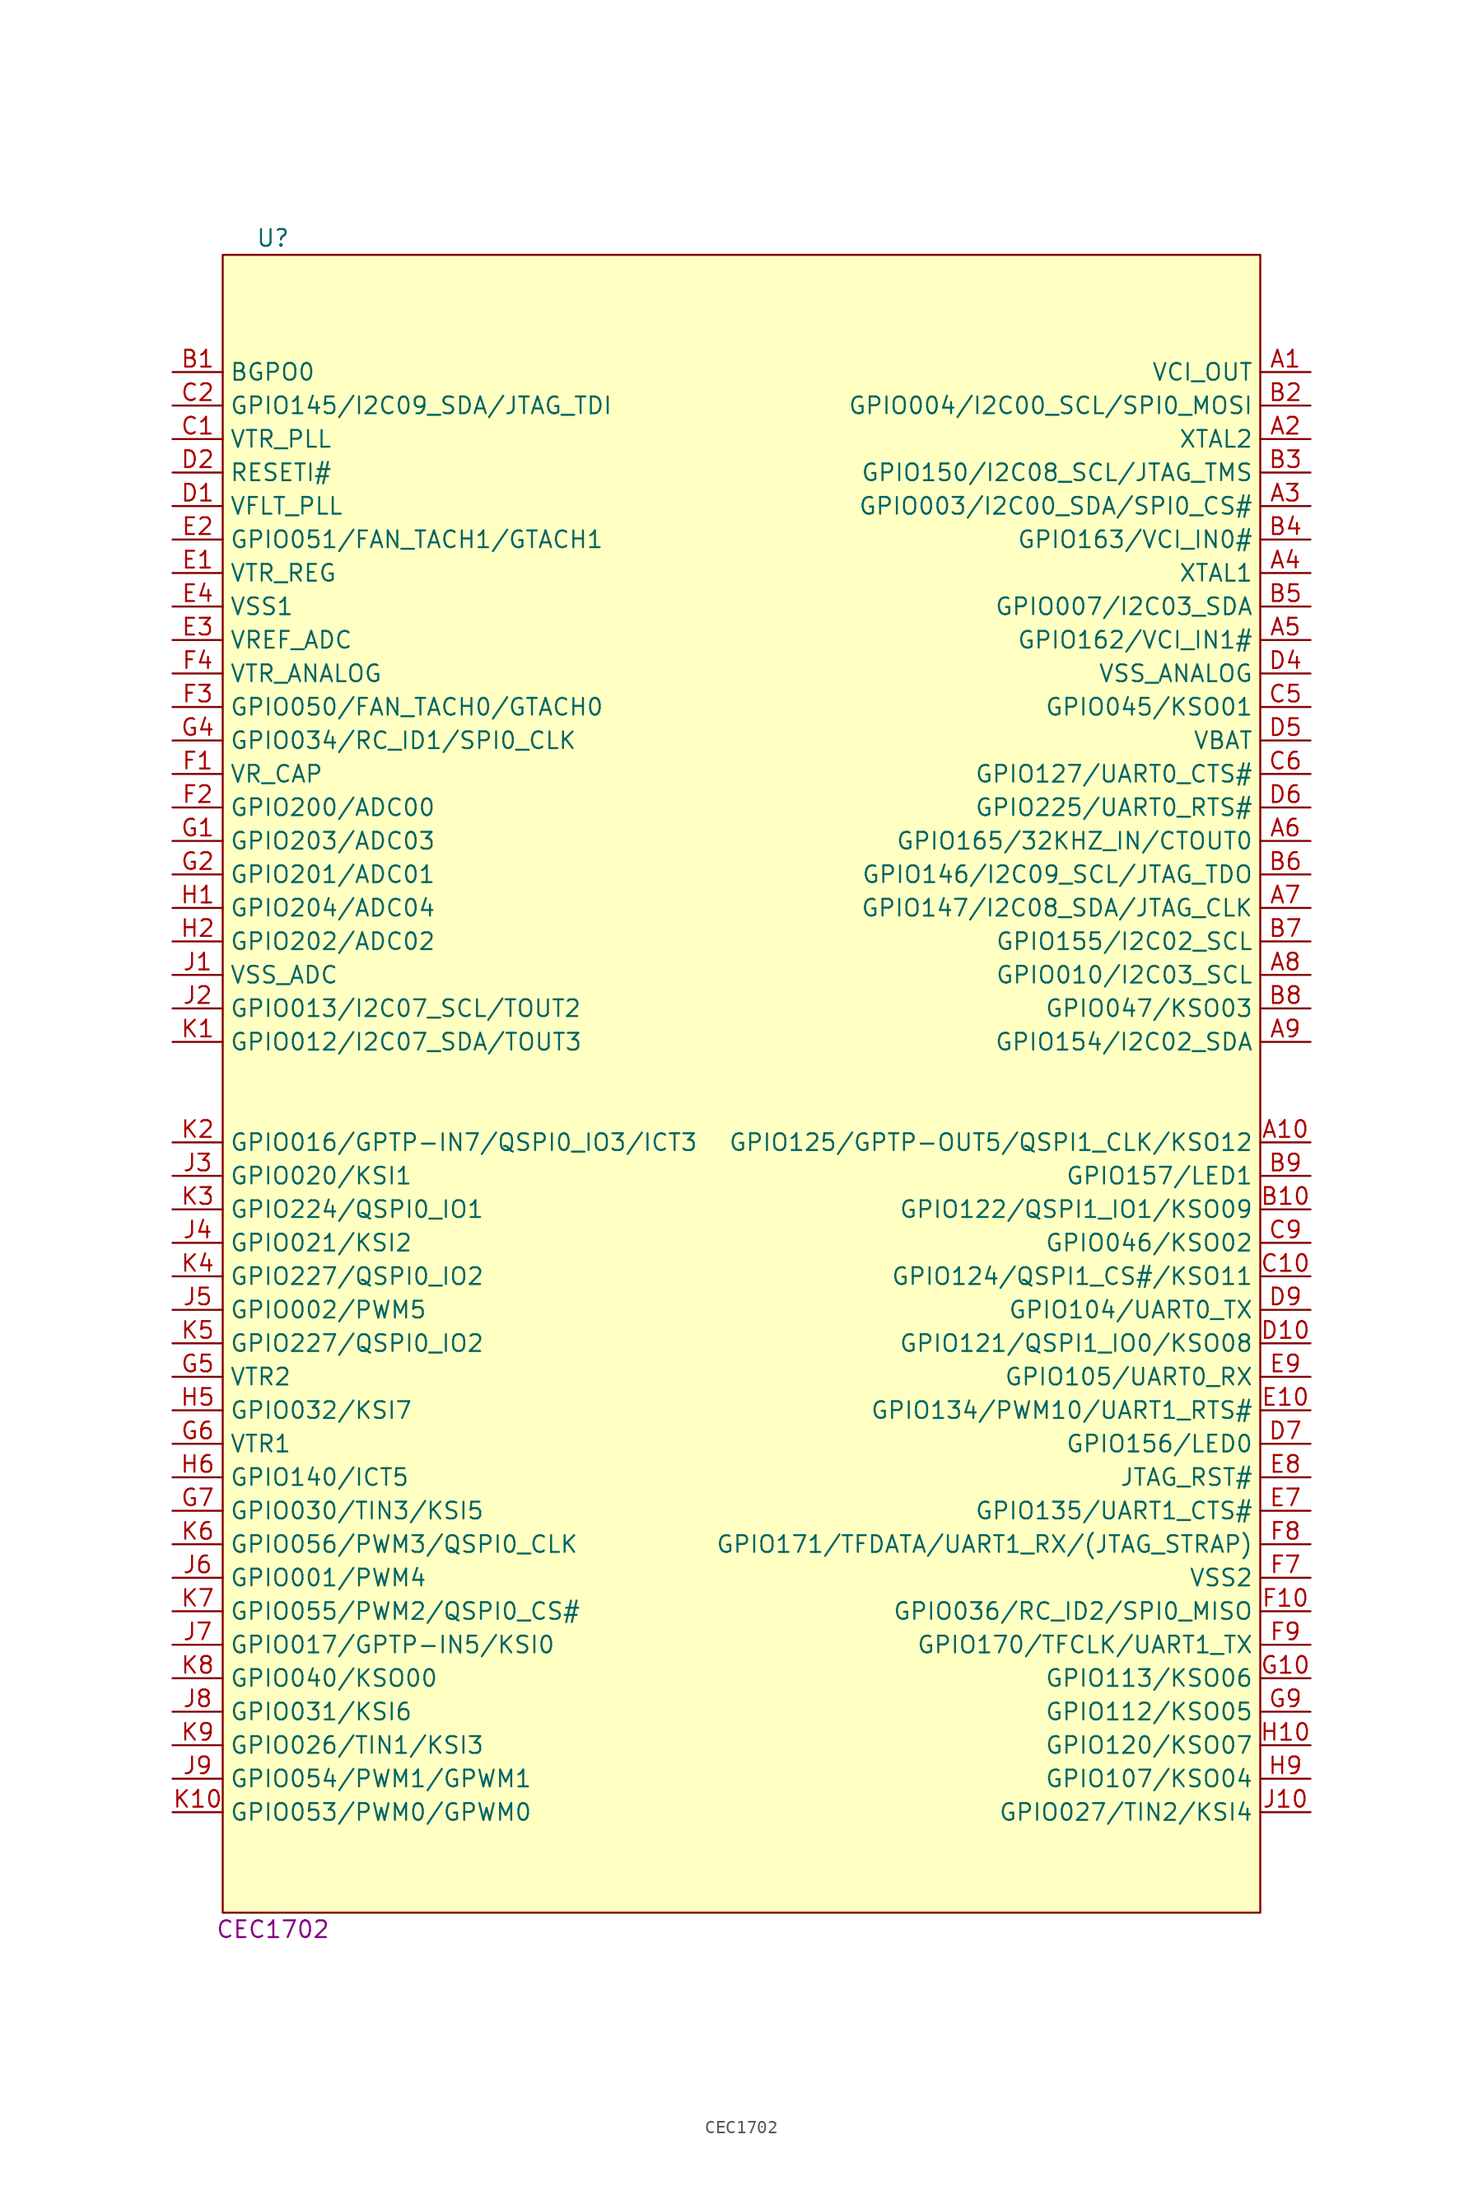
<source format=kicad_sym>
(kicad_symbol_lib
  (version 20231120)
  (generator "kicad_symbol_editor")
  (generator_version "8.0")
  (symbol "CEC1702"
    (property "Reference" "U"
      (at -35.56 10.16 0)
      (effects (font (size 1.27 1.27))))
    (property "Display Value" "CEC1702"
      (at -35.56 -118.11 0)
      (effects (font (size 1.27 1.27))))
    (symbol "CEC1702_1_1"
      (rectangle (start -39.37 8.89) (end 39.37 -116.84) (stroke (width 0) (type default)) (fill (type background)))
      (pin unspecified line (at 43.18 0 180) (length 3.81) (name "VCI_OUT" (effects (font (size 1.27 1.27)))) (number "A1" (effects (font (size 1.27 1.27)))))
      (pin unspecified line (at 43.18 -58.42 180) (length 3.81) (name "GPIO125/GPTP-OUT5/QSPI1_CLK/KSO12" (effects (font (size 1.27 1.27)))) (number "A10" (effects (font (size 1.27 1.27)))))
      (pin unspecified line (at 43.18 -5.08 180) (length 3.81) (name "XTAL2" (effects (font (size 1.27 1.27)))) (number "A2" (effects (font (size 1.27 1.27)))))
      (pin unspecified line (at 43.18 -10.16 180) (length 3.81) (name "GPIO003/I2C00_SDA/SPI0_CS#" (effects (font (size 1.27 1.27)))) (number "A3" (effects (font (size 1.27 1.27)))))
      (pin unspecified line (at 43.18 -15.24 180) (length 3.81) (name "XTAL1" (effects (font (size 1.27 1.27)))) (number "A4" (effects (font (size 1.27 1.27)))))
      (pin unspecified line (at 43.18 -20.32 180) (length 3.81) (name "GPIO162/VCI_IN1#" (effects (font (size 1.27 1.27)))) (number "A5" (effects (font (size 1.27 1.27)))))
      (pin unspecified line (at 43.18 -35.56 180) (length 3.81) (name "GPIO165/32KHZ_IN/CTOUT0" (effects (font (size 1.27 1.27)))) (number "A6" (effects (font (size 1.27 1.27)))))
      (pin unspecified line (at 43.18 -40.64 180) (length 3.81) (name "GPIO147/I2C08_SDA/JTAG_CLK" (effects (font (size 1.27 1.27)))) (number "A7" (effects (font (size 1.27 1.27)))))
      (pin unspecified line (at 43.18 -45.72 180) (length 3.81) (name "GPIO010/I2C03_SCL" (effects (font (size 1.27 1.27)))) (number "A8" (effects (font (size 1.27 1.27)))))
      (pin unspecified line (at 43.18 -50.8 180) (length 3.81) (name "GPIO154/I2C02_SDA" (effects (font (size 1.27 1.27)))) (number "A9" (effects (font (size 1.27 1.27)))))
      (pin unspecified line (at -43.18 0 0) (length 3.81) (name "BGPO0" (effects (font (size 1.27 1.27)))) (number "B1" (effects (font (size 1.27 1.27)))))
      (pin unspecified line (at 43.18 -63.5 180) (length 3.81) (name "GPIO122/QSPI1_IO1/KSO09" (effects (font (size 1.27 1.27)))) (number "B10" (effects (font (size 1.27 1.27)))))
      (pin unspecified line (at 43.18 -2.54 180) (length 3.81) (name "GPIO004/I2C00_SCL/SPI0_MOSI" (effects (font (size 1.27 1.27)))) (number "B2" (effects (font (size 1.27 1.27)))))
      (pin unspecified line (at 43.18 -7.62 180) (length 3.81) (name "GPIO150/I2C08_SCL/JTAG_TMS" (effects (font (size 1.27 1.27)))) (number "B3" (effects (font (size 1.27 1.27)))))
      (pin unspecified line (at 43.18 -12.7 180) (length 3.81) (name "GPIO163/VCI_IN0#" (effects (font (size 1.27 1.27)))) (number "B4" (effects (font (size 1.27 1.27)))))
      (pin unspecified line (at 43.18 -17.78 180) (length 3.81) (name "GPIO007/I2C03_SDA" (effects (font (size 1.27 1.27)))) (number "B5" (effects (font (size 1.27 1.27)))))
      (pin unspecified line (at 43.18 -38.1 180) (length 3.81) (name "GPIO146/I2C09_SCL/JTAG_TDO" (effects (font (size 1.27 1.27)))) (number "B6" (effects (font (size 1.27 1.27)))))
      (pin unspecified line (at 43.18 -43.18 180) (length 3.81) (name "GPIO155/I2C02_SCL" (effects (font (size 1.27 1.27)))) (number "B7" (effects (font (size 1.27 1.27)))))
      (pin unspecified line (at 43.18 -48.26 180) (length 3.81) (name "GPIO047/KSO03" (effects (font (size 1.27 1.27)))) (number "B8" (effects (font (size 1.27 1.27)))))
      (pin unspecified line (at 43.18 -60.96 180) (length 3.81) (name "GPIO157/LED1" (effects (font (size 1.27 1.27)))) (number "B9" (effects (font (size 1.27 1.27)))))
      (pin unspecified line (at -43.18 -5.08 0) (length 3.81) (name "VTR_PLL" (effects (font (size 1.27 1.27)))) (number "C1" (effects (font (size 1.27 1.27)))))
      (pin unspecified line (at 43.18 -68.58 180) (length 3.81) (name "GPIO124/QSPI1_CS#/KSO11" (effects (font (size 1.27 1.27)))) (number "C10" (effects (font (size 1.27 1.27)))))
      (pin unspecified line (at -43.18 -2.54 0) (length 3.81) (name "GPIO145/I2C09_SDA/JTAG_TDI" (effects (font (size 1.27 1.27)))) (number "C2" (effects (font (size 1.27 1.27)))))
      (pin unspecified line (at 43.18 -25.4 180) (length 3.81) (name "GPIO045/KSO01" (effects (font (size 1.27 1.27)))) (number "C5" (effects (font (size 1.27 1.27)))))
      (pin unspecified line (at 43.18 -30.48 180) (length 3.81) (name "GPIO127/UART0_CTS#" (effects (font (size 1.27 1.27)))) (number "C6" (effects (font (size 1.27 1.27)))))
      (pin unspecified line (at 43.18 -66.04 180) (length 3.81) (name "GPIO046/KSO02" (effects (font (size 1.27 1.27)))) (number "C9" (effects (font (size 1.27 1.27)))))
      (pin unspecified line (at -43.18 -10.16 0) (length 3.81) (name "VFLT_PLL" (effects (font (size 1.27 1.27)))) (number "D1" (effects (font (size 1.27 1.27)))))
      (pin unspecified line (at 43.18 -73.66 180) (length 3.81) (name "GPIO121/QSPI1_IO0/KSO08" (effects (font (size 1.27 1.27)))) (number "D10" (effects (font (size 1.27 1.27)))))
      (pin unspecified line (at -43.18 -7.62 0) (length 3.81) (name "RESETI#" (effects (font (size 1.27 1.27)))) (number "D2" (effects (font (size 1.27 1.27)))))
      (pin unspecified line (at 43.18 -22.86 180) (length 3.81) (name "VSS_ANALOG" (effects (font (size 1.27 1.27)))) (number "D4" (effects (font (size 1.27 1.27)))))
      (pin unspecified line (at 43.18 -27.94 180) (length 3.81) (name "VBAT" (effects (font (size 1.27 1.27)))) (number "D5" (effects (font (size 1.27 1.27)))))
      (pin unspecified line (at 43.18 -33.02 180) (length 3.81) (name "GPIO225/UART0_RTS#" (effects (font (size 1.27 1.27)))) (number "D6" (effects (font (size 1.27 1.27)))))
      (pin unspecified line (at 43.18 -81.28 180) (length 3.81) (name "GPIO156/LED0" (effects (font (size 1.27 1.27)))) (number "D7" (effects (font (size 1.27 1.27)))))
      (pin unspecified line (at 43.18 -71.12 180) (length 3.81) (name "GPIO104/UART0_TX" (effects (font (size 1.27 1.27)))) (number "D9" (effects (font (size 1.27 1.27)))))
      (pin unspecified line (at -43.18 -15.24 0) (length 3.81) (name "VTR_REG" (effects (font (size 1.27 1.27)))) (number "E1" (effects (font (size 1.27 1.27)))))
      (pin unspecified line (at 43.18 -78.74 180) (length 3.81) (name "GPIO134/PWM10/UART1_RTS#" (effects (font (size 1.27 1.27)))) (number "E10" (effects (font (size 1.27 1.27)))))
      (pin unspecified line (at -43.18 -12.7 0) (length 3.81) (name "GPIO051/FAN_TACH1/GTACH1" (effects (font (size 1.27 1.27)))) (number "E2" (effects (font (size 1.27 1.27)))))
      (pin unspecified line (at -43.18 -20.32 0) (length 3.81) (name "VREF_ADC" (effects (font (size 1.27 1.27)))) (number "E3" (effects (font (size 1.27 1.27)))))
      (pin unspecified line (at -43.18 -17.78 0) (length 3.81) (name "VSS1" (effects (font (size 1.27 1.27)))) (number "E4" (effects (font (size 1.27 1.27)))))
      (pin unspecified line (at 43.18 -86.36 180) (length 3.81) (name "GPIO135/UART1_CTS#" (effects (font (size 1.27 1.27)))) (number "E7" (effects (font (size 1.27 1.27)))))
      (pin unspecified line (at 43.18 -83.82 180) (length 3.81) (name "JTAG_RST#" (effects (font (size 1.27 1.27)))) (number "E8" (effects (font (size 1.27 1.27)))))
      (pin unspecified line (at 43.18 -76.2 180) (length 3.81) (name "GPIO105/UART0_RX" (effects (font (size 1.27 1.27)))) (number "E9" (effects (font (size 1.27 1.27)))))
      (pin unspecified line (at -43.18 -30.48 0) (length 3.81) (name "VR_CAP" (effects (font (size 1.27 1.27)))) (number "F1" (effects (font (size 1.27 1.27)))))
      (pin unspecified line (at 43.18 -93.98 180) (length 3.81) (name "GPIO036/RC_ID2/SPI0_MISO" (effects (font (size 1.27 1.27)))) (number "F10" (effects (font (size 1.27 1.27)))))
      (pin unspecified line (at -43.18 -33.02 0) (length 3.81) (name "GPIO200/ADC00" (effects (font (size 1.27 1.27)))) (number "F2" (effects (font (size 1.27 1.27)))))
      (pin unspecified line (at -43.18 -25.4 0) (length 3.81) (name "GPIO050/FAN_TACH0/GTACH0" (effects (font (size 1.27 1.27)))) (number "F3" (effects (font (size 1.27 1.27)))))
      (pin unspecified line (at -43.18 -22.86 0) (length 3.81) (name "VTR_ANALOG" (effects (font (size 1.27 1.27)))) (number "F4" (effects (font (size 1.27 1.27)))))
      (pin unspecified line (at 43.18 -91.44 180) (length 3.81) (name "VSS2" (effects (font (size 1.27 1.27)))) (number "F7" (effects (font (size 1.27 1.27)))))
      (pin unspecified line (at 43.18 -88.9 180) (length 3.81) (name "GPIO171/TFDATA/UART1_RX/(JTAG_STRAP)" (effects (font (size 1.27 1.27)))) (number "F8" (effects (font (size 1.27 1.27)))))
      (pin unspecified line (at 43.18 -96.52 180) (length 3.81) (name "GPIO170/TFCLK/UART1_TX" (effects (font (size 1.27 1.27)))) (number "F9" (effects (font (size 1.27 1.27)))))
      (pin unspecified line (at -43.18 -35.56 0) (length 3.81) (name "GPIO203/ADC03" (effects (font (size 1.27 1.27)))) (number "G1" (effects (font (size 1.27 1.27)))))
      (pin unspecified line (at 43.18 -99.06 180) (length 3.81) (name "GPIO113/KSO06" (effects (font (size 1.27 1.27)))) (number "G10" (effects (font (size 1.27 1.27)))))
      (pin unspecified line (at -43.18 -38.1 0) (length 3.81) (name "GPIO201/ADC01" (effects (font (size 1.27 1.27)))) (number "G2" (effects (font (size 1.27 1.27)))))
      (pin unspecified line (at -43.18 -27.94 0) (length 3.81) (name "GPIO034/RC_ID1/SPI0_CLK" (effects (font (size 1.27 1.27)))) (number "G4" (effects (font (size 1.27 1.27)))))
      (pin unspecified line (at -43.18 -76.2 0) (length 3.81) (name "VTR2" (effects (font (size 1.27 1.27)))) (number "G5" (effects (font (size 1.27 1.27)))))
      (pin unspecified line (at -43.18 -81.28 0) (length 3.81) (name "VTR1" (effects (font (size 1.27 1.27)))) (number "G6" (effects (font (size 1.27 1.27)))))
      (pin unspecified line (at -43.18 -86.36 0) (length 3.81) (name "GPIO030/TIN3/KSI5" (effects (font (size 1.27 1.27)))) (number "G7" (effects (font (size 1.27 1.27)))))
      (pin unspecified line (at 43.18 -101.6 180) (length 3.81) (name "GPIO112/KSO05" (effects (font (size 1.27 1.27)))) (number "G9" (effects (font (size 1.27 1.27)))))
      (pin unspecified line (at -43.18 -40.64 0) (length 3.81) (name "GPIO204/ADC04" (effects (font (size 1.27 1.27)))) (number "H1" (effects (font (size 1.27 1.27)))))
      (pin unspecified line (at 43.18 -104.14 180) (length 3.81) (name "GPIO120/KSO07" (effects (font (size 1.27 1.27)))) (number "H10" (effects (font (size 1.27 1.27)))))
      (pin unspecified line (at -43.18 -43.18 0) (length 3.81) (name "GPIO202/ADC02" (effects (font (size 1.27 1.27)))) (number "H2" (effects (font (size 1.27 1.27)))))
      (pin unspecified line (at -43.18 -78.74 0) (length 3.81) (name "GPIO032/KSI7" (effects (font (size 1.27 1.27)))) (number "H5" (effects (font (size 1.27 1.27)))))
      (pin unspecified line (at -43.18 -83.82 0) (length 3.81) (name "GPIO140/ICT5" (effects (font (size 1.27 1.27)))) (number "H6" (effects (font (size 1.27 1.27)))))
      (pin unspecified line (at 43.18 -106.68 180) (length 3.81) (name "GPIO107/KSO04" (effects (font (size 1.27 1.27)))) (number "H9" (effects (font (size 1.27 1.27)))))
      (pin unspecified line (at -43.18 -45.72 0) (length 3.81) (name "VSS_ADC" (effects (font (size 1.27 1.27)))) (number "J1" (effects (font (size 1.27 1.27)))))
      (pin unspecified line (at 43.18 -109.22 180) (length 3.81) (name "GPIO027/TIN2/KSI4" (effects (font (size 1.27 1.27)))) (number "J10" (effects (font (size 1.27 1.27)))))
      (pin unspecified line (at -43.18 -48.26 0) (length 3.81) (name "GPIO013/I2C07_SCL/TOUT2" (effects (font (size 1.27 1.27)))) (number "J2" (effects (font (size 1.27 1.27)))))
      (pin unspecified line (at -43.18 -60.96 0) (length 3.81) (name "GPIO020/KSI1" (effects (font (size 1.27 1.27)))) (number "J3" (effects (font (size 1.27 1.27)))))
      (pin unspecified line (at -43.18 -66.04 0) (length 3.81) (name "GPIO021/KSI2" (effects (font (size 1.27 1.27)))) (number "J4" (effects (font (size 1.27 1.27)))))
      (pin unspecified line (at -43.18 -71.12 0) (length 3.81) (name "GPIO002/PWM5" (effects (font (size 1.27 1.27)))) (number "J5" (effects (font (size 1.27 1.27)))))
      (pin unspecified line (at -43.18 -91.44 0) (length 3.81) (name "GPIO001/PWM4" (effects (font (size 1.27 1.27)))) (number "J6" (effects (font (size 1.27 1.27)))))
      (pin unspecified line (at -43.18 -96.52 0) (length 3.81) (name "GPIO017/GPTP-IN5/KSI0" (effects (font (size 1.27 1.27)))) (number "J7" (effects (font (size 1.27 1.27)))))
      (pin unspecified line (at -43.18 -101.6 0) (length 3.81) (name "GPIO031/KSI6" (effects (font (size 1.27 1.27)))) (number "J8" (effects (font (size 1.27 1.27)))))
      (pin unspecified line (at -43.18 -106.68 0) (length 3.81) (name "GPIO054/PWM1/GPWM1" (effects (font (size 1.27 1.27)))) (number "J9" (effects (font (size 1.27 1.27)))))
      (pin unspecified line (at -43.18 -50.8 0) (length 3.81) (name "GPIO012/I2C07_SDA/TOUT3" (effects (font (size 1.27 1.27)))) (number "K1" (effects (font (size 1.27 1.27)))))
      (pin unspecified line (at -43.18 -109.22 0) (length 3.81) (name "GPIO053/PWM0/GPWM0" (effects (font (size 1.27 1.27)))) (number "K10" (effects (font (size 1.27 1.27)))))
      (pin unspecified line (at -43.18 -58.42 0) (length 3.81) (name "GPIO016/GPTP-IN7/QSPI0_IO3/ICT3" (effects (font (size 1.27 1.27)))) (number "K2" (effects (font (size 1.27 1.27)))))
      (pin unspecified line (at -43.18 -63.5 0) (length 3.81) (name "GPIO224/QSPI0_IO1" (effects (font (size 1.27 1.27)))) (number "K3" (effects (font (size 1.27 1.27)))))
      (pin unspecified line (at -43.18 -68.58 0) (length 3.81) (name "GPIO227/QSPI0_IO2" (effects (font (size 1.27 1.27)))) (number "K4" (effects (font (size 1.27 1.27)))))
      (pin unspecified line (at -43.18 -73.66 0) (length 3.81) (name "GPIO227/QSPI0_IO2" (effects (font (size 1.27 1.27)))) (number "K5" (effects (font (size 1.27 1.27)))))
      (pin unspecified line (at -43.18 -88.9 0) (length 3.81) (name "GPIO056/PWM3/QSPI0_CLK" (effects (font (size 1.27 1.27)))) (number "K6" (effects (font (size 1.27 1.27)))))
      (pin unspecified line (at -43.18 -93.98 0) (length 3.81) (name "GPIO055/PWM2/QSPI0_CS#" (effects (font (size 1.27 1.27)))) (number "K7" (effects (font (size 1.27 1.27)))))
      (pin unspecified line (at -43.18 -99.06 0) (length 3.81) (name "GPIO040/KSO00" (effects (font (size 1.27 1.27)))) (number "K8" (effects (font (size 1.27 1.27)))))
      (pin unspecified line (at -43.18 -104.14 0) (length 3.81) (name "GPIO026/TIN1/KSI3" (effects (font (size 1.27 1.27)))) (number "K9" (effects (font (size 1.27 1.27))))))))
</source>
